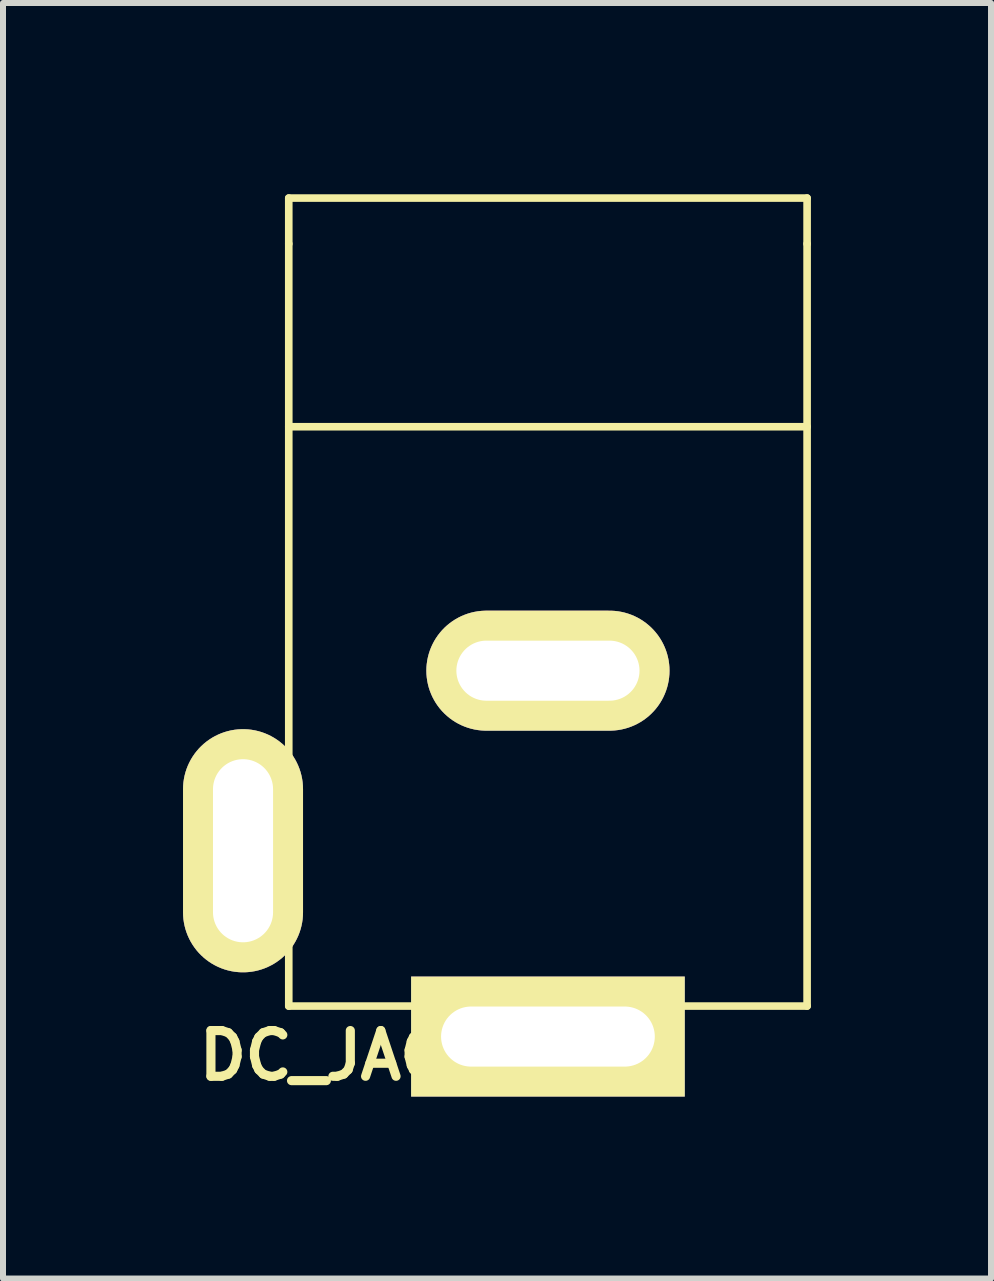
<source format=kicad_pcb>
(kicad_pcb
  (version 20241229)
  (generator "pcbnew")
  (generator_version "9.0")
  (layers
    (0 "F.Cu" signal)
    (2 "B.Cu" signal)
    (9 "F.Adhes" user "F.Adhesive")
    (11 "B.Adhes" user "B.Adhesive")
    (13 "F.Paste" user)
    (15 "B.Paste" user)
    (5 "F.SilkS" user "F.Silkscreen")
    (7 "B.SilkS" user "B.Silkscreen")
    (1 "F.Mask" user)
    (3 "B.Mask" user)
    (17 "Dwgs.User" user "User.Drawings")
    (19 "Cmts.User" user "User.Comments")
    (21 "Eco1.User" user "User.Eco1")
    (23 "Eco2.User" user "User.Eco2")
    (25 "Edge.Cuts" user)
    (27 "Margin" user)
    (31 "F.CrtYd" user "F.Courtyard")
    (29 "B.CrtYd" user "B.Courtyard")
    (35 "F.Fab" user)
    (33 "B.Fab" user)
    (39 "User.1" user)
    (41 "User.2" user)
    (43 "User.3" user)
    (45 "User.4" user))
  (footprint "DC_JACK"
    (layer "F.Cu")
    (at 6.079 0.25)
    (property "Reference" "DC_JACK" (at -3.365 14.287 0) (layer "F.SilkS") (effects (font (size 0.762 0.762) (thickness 0.152))))
    (attr through_hole)
    (fp_line (start -4.318 0) (end -4.318 0.762) (stroke (width 0.127) (type solid)) (layer "F.SilkS"))
    (fp_line (start -4.318 0.762) (end -4.318 13.462) (stroke (width 0.127) (type solid)) (layer "F.SilkS"))
    (fp_line (start 4.318 0) (end -4.318 0) (stroke (width 0.127) (type solid)) (layer "F.SilkS"))
    (fp_line (start 4.318 0.762) (end 4.318 0) (stroke (width 0.127) (type solid)) (layer "F.SilkS"))
    (fp_line (start 4.318 0.762) (end 4.318 13.462) (stroke (width 0.127) (type solid)) (layer "F.SilkS"))
    (fp_line (start 4.318 3.81) (end -4.318 3.81) (stroke (width 0.127) (type solid)) (layer "F.SilkS"))
    (fp_line (start 4.318 13.462) (end -4.318 13.462) (stroke (width 0.127) (type solid)) (layer "F.SilkS"))
    (pad "1" thru_hole rect (at 0 13.97 270) (size 1.999 4.559) (drill oval 1.001 3.561) (layers "*.Cu" "*.Mask" "F.SilkS"))
    (pad "2" thru_hole oval (at 0 7.874 270) (size 1.999 4.051) (drill oval 1.001 3.051) (layers "*.Cu" "*.Mask" "F.SilkS"))
    (pad "3" thru_hole oval (at -5.08 10.874 270) (size 4.051 1.999) (drill oval 3.051 1.001) (layers "*.Cu" "*.Mask" "F.SilkS")))
  (gr_rect
    (start -3 -3)
    (end 13.461 18.251)
    (stroke (width 0.1) (type default))
    (fill no)
    (layer "Edge.Cuts")))
</source>
